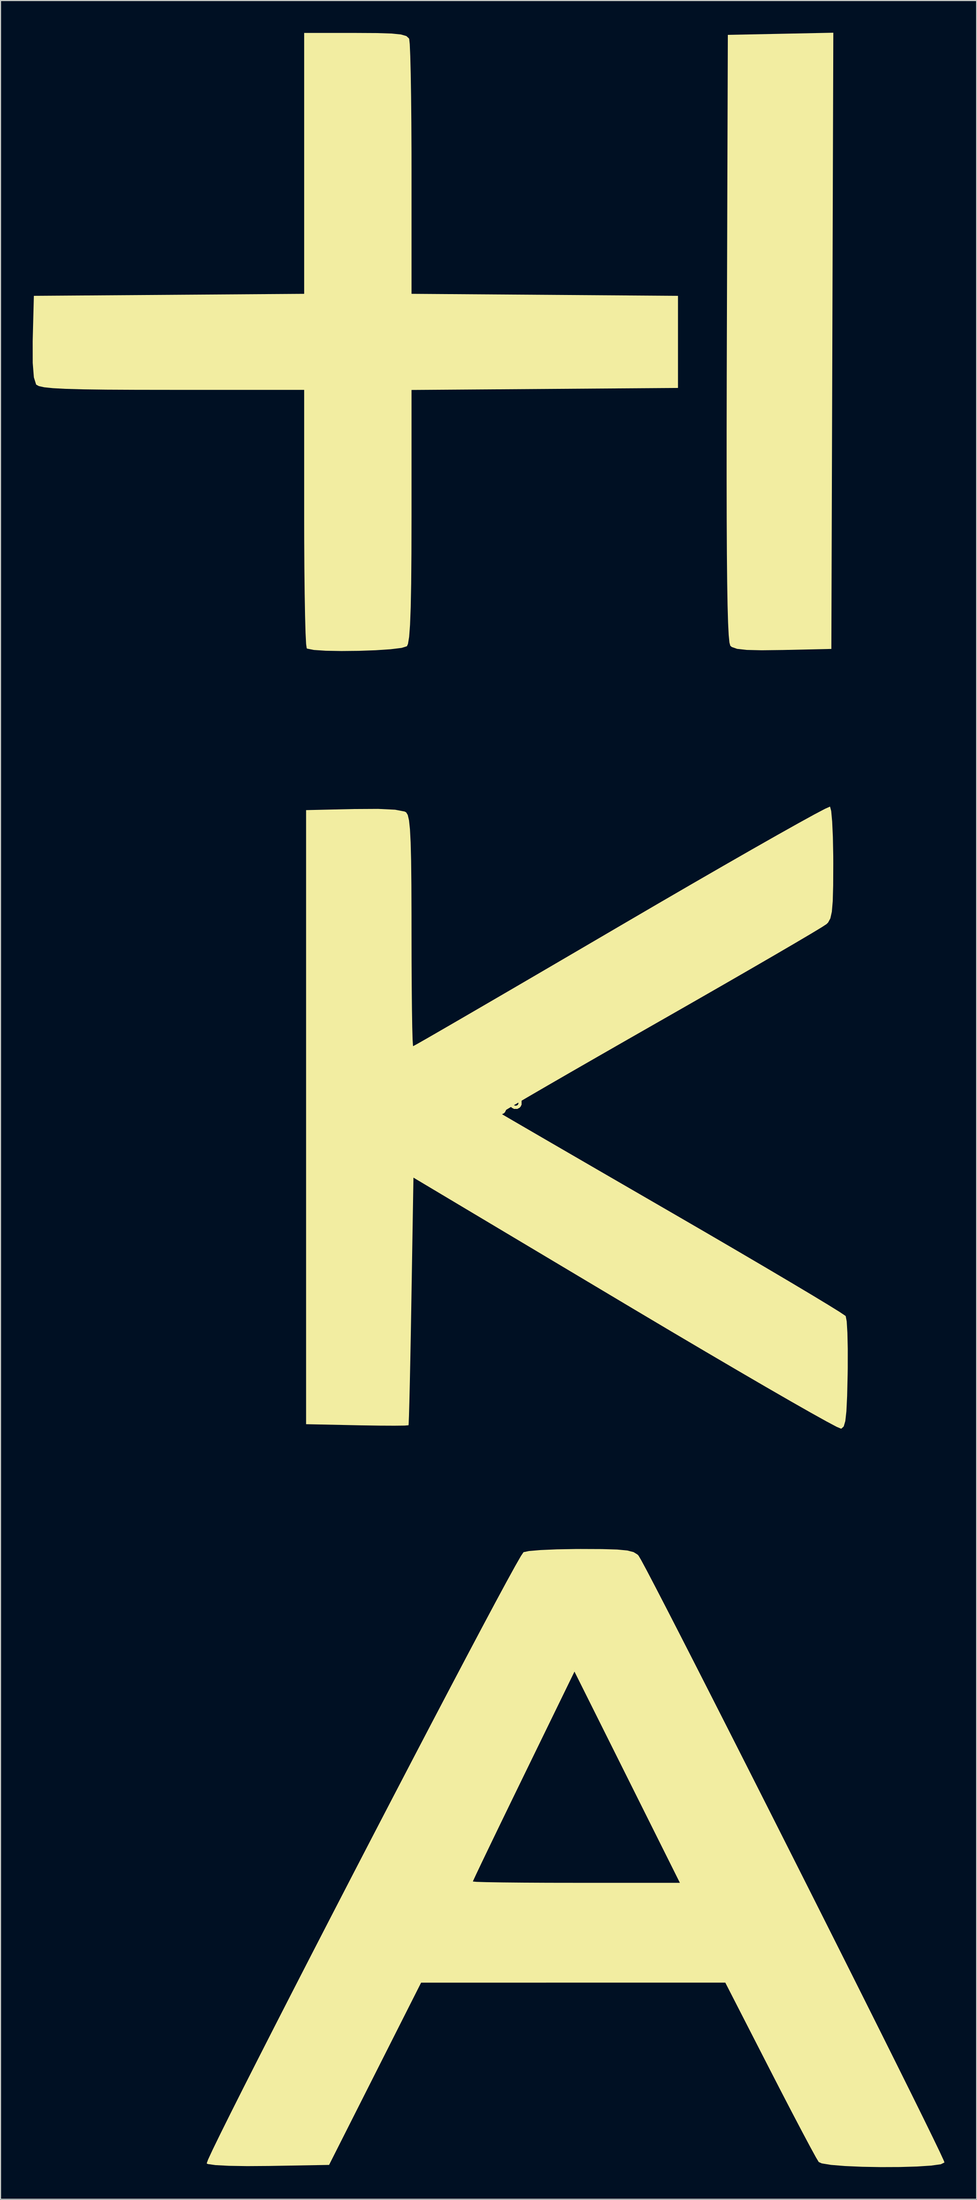
<source format=kicad_pcb>
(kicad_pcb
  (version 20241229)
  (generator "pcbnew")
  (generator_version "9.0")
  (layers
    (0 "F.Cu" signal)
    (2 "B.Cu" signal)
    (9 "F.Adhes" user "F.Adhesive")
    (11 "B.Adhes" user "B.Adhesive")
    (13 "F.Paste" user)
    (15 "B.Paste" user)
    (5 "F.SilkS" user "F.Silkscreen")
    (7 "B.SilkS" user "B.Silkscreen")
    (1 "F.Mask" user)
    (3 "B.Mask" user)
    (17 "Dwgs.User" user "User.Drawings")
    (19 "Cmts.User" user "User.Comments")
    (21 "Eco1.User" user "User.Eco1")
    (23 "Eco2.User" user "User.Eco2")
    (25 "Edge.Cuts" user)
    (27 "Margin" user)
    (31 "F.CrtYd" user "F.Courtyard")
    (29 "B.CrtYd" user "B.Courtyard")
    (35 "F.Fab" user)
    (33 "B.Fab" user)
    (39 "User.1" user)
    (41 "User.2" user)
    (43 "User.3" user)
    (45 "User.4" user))
  (footprint "hka_logo"
    (layer "F.Cu")
    (at 40.714 99.474)
    (property "Reference" "hka_logo" (at 0 0 0) (layer "F.SilkS") (effects (font (size 1.524 1.524) (thickness 0.3))))
    (attr board_only exclude_from_pos_files exclude_from_bom)
    (fp_poly (pts (xy 33.899 -70.754) (xy 33.807 -42.035) (xy 29.298 -41.935) (xy 27.3 -41.91) (xy 25.909 -41.942) (xy 25.016 -42.041) (xy 24.515 -42.215) (xy 24.377 -42.333) (xy 24.297 -42.63) (xy 24.228 -43.337) (xy 24.17 -44.485) (xy 24.123 -46.106) (xy 24.086 -48.232) (xy 24.059 -50.894) (xy 24.042 -54.124) (xy 24.035 -57.955) (xy 24.036 -62.417) (xy 24.046 -67.544) (xy 24.056 -71.052) (xy 24.148 -99.275) (xy 29.069 -99.374) (xy 33.99 -99.474)) (stroke (width 0) (type solid)) (fill yes) (layer "F.SilkS"))
    (fp_poly (pts (xy -8.611 -99.442) (xy -7.234 -99.398) (xy -6.349 -99.309) (xy -5.845 -99.163) (xy -5.61 -98.947) (xy -5.583 -98.888) (xy -5.531 -98.403) (xy -5.483 -97.292) (xy -5.441 -95.646) (xy -5.407 -93.553) (xy -5.382 -91.103) (xy -5.368 -88.386) (xy -5.366 -86.729) (xy -5.366 -75.136) (xy 19.497 -74.948) (xy 19.497 -66.362) (xy -5.366 -66.174) (xy -5.366 -54.444) (xy -5.374 -50.957) (xy -5.398 -48.136) (xy -5.441 -45.929) (xy -5.504 -44.289) (xy -5.588 -43.164) (xy -5.696 -42.506) (xy -5.795 -42.286) (xy -6.291 -42.131) (xy -7.324 -42.005) (xy -8.722 -41.912) (xy -10.31 -41.856) (xy -11.915 -41.839) (xy -13.364 -41.865) (xy -14.482 -41.939) (xy -15.097 -42.063) (xy -15.145 -42.095) (xy -15.202 -42.497) (xy -15.254 -43.53) (xy -15.299 -45.108) (xy -15.336 -47.145) (xy -15.364 -49.558) (xy -15.38 -52.26) (xy -15.383 -54.258) (xy -15.383 -66.183) (xy -27.682 -66.183) (xy -31.077 -66.188) (xy -33.823 -66.203) (xy -35.986 -66.232) (xy -37.633 -66.277) (xy -38.83 -66.341) (xy -39.643 -66.425) (xy -40.138 -66.534) (xy -40.383 -66.669) (xy -40.394 -66.682) (xy -40.603 -67.346) (xy -40.711 -68.697) (xy -40.714 -70.715) (xy -40.706 -71.064) (xy -40.604 -74.948) (xy -15.383 -75.136) (xy -15.383 -99.454) (xy -10.592 -99.454)) (stroke (width 0) (type solid)) (fill yes) (layer "F.SilkS"))
    (fp_poly (pts (xy 12.411 41.871) (xy 13.82 41.913) (xy 14.759 42.002) (xy 15.349 42.152) (xy 15.713 42.376) (xy 15.816 42.482) (xy 16.059 42.894) (xy 16.592 43.883) (xy 17.384 45.396) (xy 18.409 47.375) (xy 19.638 49.765) (xy 21.042 52.509) (xy 22.593 55.552) (xy 24.264 58.837) (xy 26.025 62.308) (xy 27.848 65.909) (xy 29.705 69.584) (xy 31.569 73.277) (xy 33.409 76.931) (xy 35.199 80.492) (xy 36.909 83.902) (xy 38.512 87.105) (xy 39.979 90.046) (xy 41.282 92.668) (xy 42.393 94.916) (xy 43.282 96.733) (xy 43.923 98.062) (xy 44.286 98.849) (xy 44.361 99.045) (xy 44.027 99.212) (xy 43.124 99.338) (xy 41.793 99.425) (xy 40.18 99.472) (xy 38.428 99.48) (xy 36.68 99.449) (xy 35.081 99.38) (xy 33.775 99.274) (xy 32.905 99.131) (xy 32.63 99.006) (xy 32.371 98.576) (xy 31.836 97.599) (xy 31.072 96.166) (xy 30.127 94.368) (xy 29.05 92.295) (xy 28.085 90.42) (xy 23.91 82.282) (xy 9.719 82.284) (xy -4.472 82.287) (xy -13.058 99.275) (xy -18.666 99.373) (xy -20.693 99.388) (xy -22.394 99.36) (xy -23.656 99.294) (xy -24.368 99.194) (xy -24.48 99.137) (xy -24.35 98.778) (xy -23.915 97.841) (xy -23.203 96.381) (xy -22.244 94.454) (xy -21.066 92.113) (xy -19.696 89.415) (xy -18.165 86.414) (xy -16.5 83.166) (xy -14.73 79.725) (xy -12.883 76.146) (xy -11.181 72.858) (xy 0.358 72.858) (xy 0.7 72.89) (xy 1.666 72.919) (xy 3.163 72.944) (xy 5.098 72.963) (xy 7.381 72.976) (xy 9.918 72.98) (xy 10.016 72.98) (xy 19.674 72.98) (xy 9.838 53.292) (xy 5.098 63.014) (xy 3.914 65.446) (xy 2.837 67.665) (xy 1.908 69.589) (xy 1.163 71.139) (xy 0.641 72.236) (xy 0.38 72.8) (xy 0.358 72.858) (xy -11.181 72.858) (xy -10.989 72.485) (xy -9.075 68.797) (xy -7.17 65.136) (xy -5.303 61.558) (xy -3.503 58.117) (xy -1.797 54.87) (xy -0.215 51.87) (xy 1.215 49.173) (xy 2.464 46.834) (xy 3.504 44.909) (xy 4.307 43.451) (xy 4.843 42.516) (xy 5.083 42.16) (xy 5.596 42.052) (xy 6.678 41.961) (xy 8.181 41.896) (xy 9.96 41.864) (xy 10.409 41.862)) (stroke (width 0) (type solid)) (fill yes) (layer "F.SilkS"))
    (fp_poly (pts (xy 33.686 -27.332) (xy 33.793 -26.927) (xy 33.883 -25.938) (xy 33.949 -24.501) (xy 33.983 -22.746) (xy 33.986 -22.036) (xy 33.976 -19.98) (xy 33.936 -18.521) (xy 33.853 -17.539) (xy 33.714 -16.917) (xy 33.507 -16.536) (xy 33.36 -16.387) (xy 32.93 -16.106) (xy 31.942 -15.509) (xy 30.458 -14.633) (xy 28.543 -13.515) (xy 26.259 -12.192) (xy 23.67 -10.7) (xy 20.84 -9.077) (xy 17.833 -7.36) (xy 17.79 -7.336) (xy 14.812 -5.636) (xy 12.035 -4.046) (xy 9.519 -2.601) (xy 7.324 -1.334) (xy 5.509 -0.28) (xy 4.135 0.525) (xy 3.26 1.049) (xy 2.944 1.256) (xy 2.944 1.257) (xy 3.263 1.446) (xy 4.144 1.96) (xy 5.527 2.763) (xy 7.354 3.824) (xy 9.568 5.107) (xy 12.11 6.58) (xy 14.922 8.207) (xy 17.944 9.956) (xy 18.961 10.544) (xy 22.048 12.334) (xy 24.949 14.026) (xy 27.603 15.583) (xy 29.951 16.97) (xy 31.935 18.152) (xy 33.494 19.095) (xy 34.57 19.762) (xy 35.103 20.119) (xy 35.148 20.161) (xy 35.24 20.651) (xy 35.304 21.715) (xy 35.338 23.209) (xy 35.336 24.992) (xy 35.327 25.574) (xy 35.279 27.608) (xy 35.21 29.029) (xy 35.109 29.938) (xy 34.962 30.439) (xy 34.757 30.633) (xy 34.701 30.645) (xy 34.308 30.478) (xy 33.355 29.972) (xy 31.894 29.16) (xy 29.98 28.072) (xy 27.664 26.738) (xy 25.002 25.188) (xy 22.044 23.454) (xy 18.845 21.567) (xy 15.458 19.556) (xy 14.489 18.979) (xy -5.187 7.246) (xy -5.379 18.738) (xy -5.427 21.529) (xy -5.476 24.082) (xy -5.523 26.31) (xy -5.567 28.13) (xy -5.604 29.454) (xy -5.634 30.198) (xy -5.647 30.329) (xy -6.012 30.359) (xy -6.958 30.37) (xy -8.351 30.363) (xy -10.056 30.338) (xy -10.464 30.329) (xy -15.204 30.23) (xy -15.204 -27.01) (xy -10.783 -27.111) (xy -8.486 -27.125) (xy -6.896 -27.048) (xy -6.007 -26.878) (xy -5.864 -26.799) (xy -5.717 -26.557) (xy -5.601 -26.058) (xy -5.512 -25.228) (xy -5.448 -23.998) (xy -5.404 -22.297) (xy -5.378 -20.053) (xy -5.367 -17.197) (xy -5.366 -15.697) (xy -5.361 -13.014) (xy -5.348 -10.578) (xy -5.326 -8.476) (xy -5.299 -6.796) (xy -5.266 -5.625) (xy -5.229 -5.052) (xy -5.216 -5.008) (xy -4.889 -5.184) (xy -3.997 -5.691) (xy -2.595 -6.499) (xy -0.734 -7.576) (xy 1.533 -8.893) (xy 4.153 -10.417) (xy 7.072 -12.12) (xy 10.238 -13.969) (xy 13.598 -15.934) (xy 14.16 -16.263) (xy 17.55 -18.242) (xy 20.759 -20.104) (xy 23.733 -21.819) (xy 26.419 -23.357) (xy 28.765 -24.688) (xy 30.716 -25.781) (xy 32.219 -26.607) (xy 33.221 -27.134) (xy 33.669 -27.333)) (stroke (width 0) (type solid)) (fill yes) (layer "F.SilkS")))
  (gr_rect
    (start -3 -3)
    (end 88.075 201.953)
    (stroke (width 0.1) (type default))
    (fill no)
    (layer "Edge.Cuts")))
</source>
